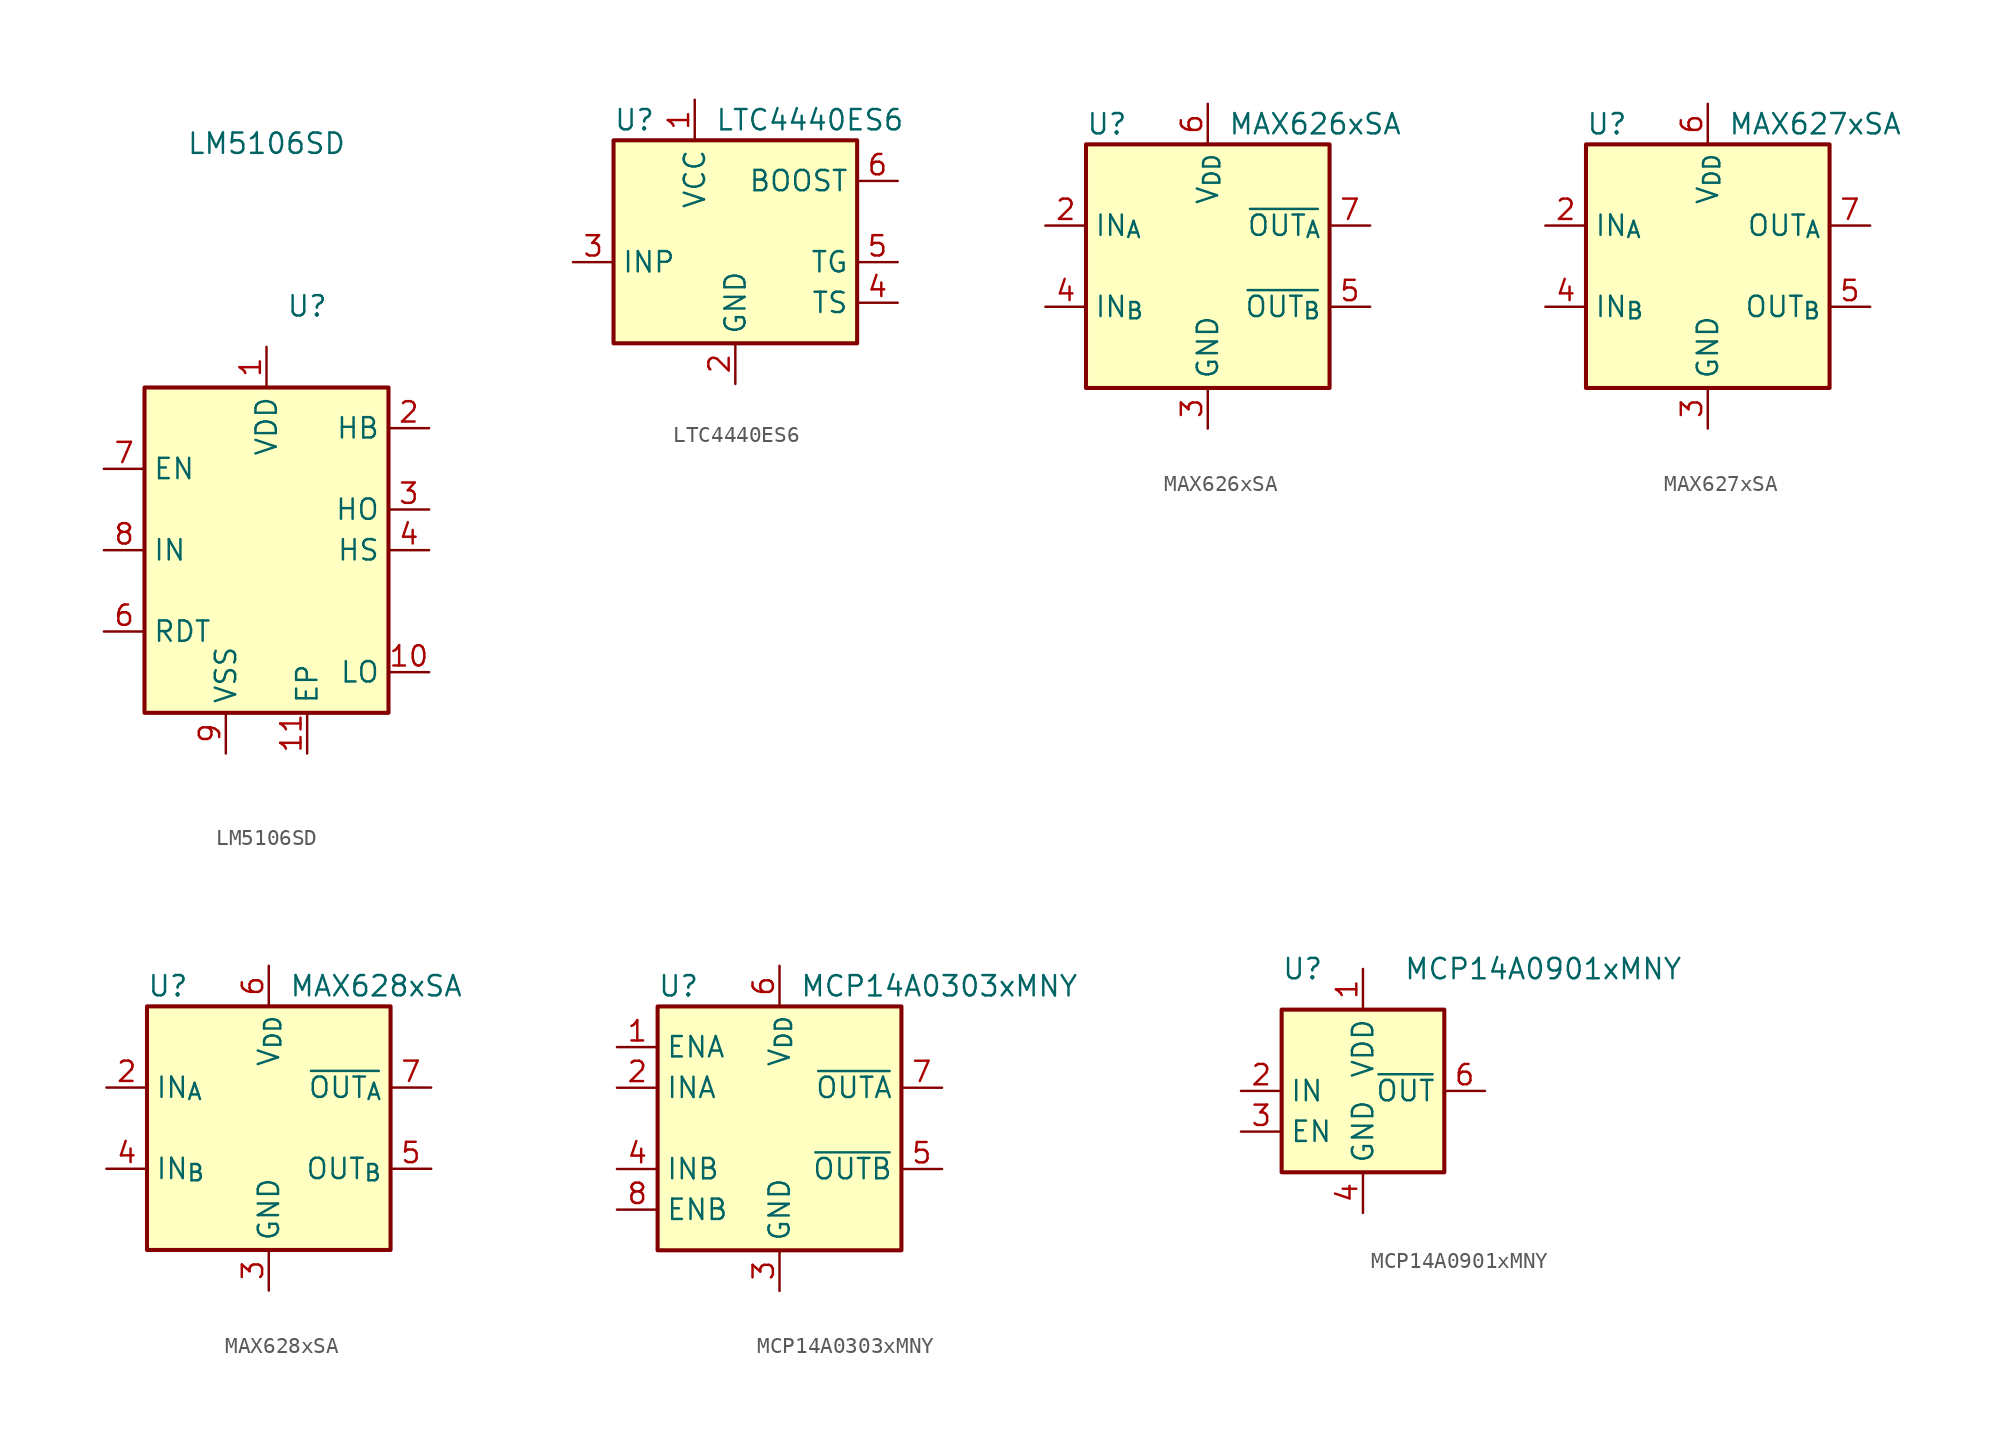
<source format=kicad_sym>
(kicad_symbol_lib
  (version 20241209)
  (generator "kicad_symbol_editor")
  (generator_version "9.0")
  (symbol "LM5106SD"
    (property "Reference" "U"
      (at 2.54 15.24 0)
      (effects (font (size 1.27 1.27))))
    (property "Value" "LM5106SD"
      (at 0 25.4 0)
      (effects (font (size 1.27 1.27))))
    (symbol "LM5106SD_0_1"
      (rectangle (start -7.62 10.16) (end 7.62 -10.16) (stroke (width 0.254) (type default)) (fill (type background))))
    (symbol "LM5106SD_1_1"
      (pin input line (at -10.16 5.08 0) (length 2.54) (name "EN" (effects (font (size 1.27 1.27)))) (number "7" (effects (font (size 1.27 1.27)))))
      (pin input line (at -10.16 0 0) (length 2.54) (name "IN" (effects (font (size 1.27 1.27)))) (number "8" (effects (font (size 1.27 1.27)))))
      (pin passive line (at -10.16 -5.08 0) (length 2.54) (name "RDT" (effects (font (size 1.27 1.27)))) (number "6" (effects (font (size 1.27 1.27)))))
      (pin no_connect line (at -7.62 -2.54 0) (length 2.54) (hide yes) (name "NC" (effects (font (size 1.27 1.27)))) (number "5" (effects (font (size 1.27 1.27)))))
      (pin power_in line (at -2.54 -12.7 90) (length 2.54) (name "VSS" (effects (font (size 1.27 1.27)))) (number "9" (effects (font (size 1.27 1.27)))))
      (pin power_in line (at 0 12.7 270) (length 2.54) (name "VDD" (effects (font (size 1.27 1.27)))) (number "1" (effects (font (size 1.27 1.27)))))
      (pin passive line (at 2.54 -12.7 90) (length 2.54) (name "EP" (effects (font (size 1.27 1.27)))) (number "11" (effects (font (size 1.27 1.27)))))
      (pin passive line (at 10.16 7.62 180) (length 2.54) (name "HB" (effects (font (size 1.27 1.27)))) (number "2" (effects (font (size 1.27 1.27)))))
      (pin output line (at 10.16 2.54 180) (length 2.54) (name "HO" (effects (font (size 1.27 1.27)))) (number "3" (effects (font (size 1.27 1.27)))))
      (pin passive line (at 10.16 0 180) (length 2.54) (name "HS" (effects (font (size 1.27 1.27)))) (number "4" (effects (font (size 1.27 1.27)))))
      (pin output line (at 10.16 -7.62 180) (length 2.54) (name "LO" (effects (font (size 1.27 1.27)))) (number "10" (effects (font (size 1.27 1.27)))))))
  (symbol "LTC4440ES6"
    (property "Reference" "U"
      (at -7.62 8.89 0)
      (effects (font (size 1.27 1.27)) (justify left)))
    (property "Value" "LTC4440ES6"
      (at -1.27 8.89 0)
      (effects (font (size 1.27 1.27)) (justify left)))
    (symbol "LTC4440ES6_0_1"
      (rectangle (start -7.62 7.62) (end 7.62 -5.08) (stroke (width 0.254) (type default)) (fill (type background))))
    (symbol "LTC4440ES6_1_1"
      (pin input line (at -10.16 0 0) (length 2.54) (name "INP" (effects (font (size 1.27 1.27)))) (number "3" (effects (font (size 1.27 1.27)))))
      (pin power_in line (at -2.54 10.16 270) (length 2.54) (name "VCC" (effects (font (size 1.27 1.27)))) (number "1" (effects (font (size 1.27 1.27)))))
      (pin power_in line (at 0 -7.62 90) (length 2.54) (name "GND" (effects (font (size 1.27 1.27)))) (number "2" (effects (font (size 1.27 1.27)))))
      (pin input line (at 10.16 5.08 180) (length 2.54) (name "BOOST" (effects (font (size 1.27 1.27)))) (number "6" (effects (font (size 1.27 1.27)))))
      (pin output line (at 10.16 0 180) (length 2.54) (name "TG" (effects (font (size 1.27 1.27)))) (number "5" (effects (font (size 1.27 1.27)))))
      (pin input line (at 10.16 -2.54 180) (length 2.54) (name "TS" (effects (font (size 1.27 1.27)))) (number "4" (effects (font (size 1.27 1.27)))))))
  (symbol "MAX626xSA"
    (property "Reference" "U"
      (at -7.62 8.89 0)
      (effects (font (size 1.27 1.27)) (justify left)))
    (property "Value" "MAX626xSA"
      (at 1.27 8.89 0)
      (effects (font (size 1.27 1.27)) (justify left)))
    (symbol "MAX626xSA_0_1"
      (rectangle (start -7.62 -7.62) (end 7.62 7.62) (stroke (width 0.254) (type default)) (fill (type background))))
    (symbol "MAX626xSA_1_1"
      (pin input line (at -10.16 2.54 0) (length 2.54) (name "IN_{A}" (effects (font (size 1.27 1.27)))) (number "2" (effects (font (size 1.27 1.27)))))
      (pin input line (at -10.16 -2.54 0) (length 2.54) (name "IN_{B}" (effects (font (size 1.27 1.27)))) (number "4" (effects (font (size 1.27 1.27)))))
      (pin no_connect line (at -7.62 0 0) (length 2.54) (hide yes) (name "NC" (effects (font (size 1.27 1.27)))) (number "1" (effects (font (size 1.27 1.27)))))
      (pin power_in line (at 0 10.16 270) (length 2.54) (name "V_{DD}" (effects (font (size 1.27 1.27)))) (number "6" (effects (font (size 1.27 1.27)))))
      (pin power_in line (at 0 -10.16 90) (length 2.54) (name "GND" (effects (font (size 1.27 1.27)))) (number "3" (effects (font (size 1.27 1.27)))))
      (pin no_connect line (at 7.62 0 180) (length 2.54) (hide yes) (name "NC" (effects (font (size 1.27 1.27)))) (number "8" (effects (font (size 1.27 1.27)))))
      (pin output line (at 10.16 2.54 180) (length 2.54) (name "~{OUT_{A}}" (effects (font (size 1.27 1.27)))) (number "7" (effects (font (size 1.27 1.27)))))
      (pin output line (at 10.16 -2.54 180) (length 2.54) (name "~{OUT_{B}}" (effects (font (size 1.27 1.27)))) (number "5" (effects (font (size 1.27 1.27)))))))
  (symbol "MAX627xSA"
    (property "Reference" "U"
      (at -7.62 8.89 0)
      (effects (font (size 1.27 1.27)) (justify left)))
    (property "Value" "MAX627xSA"
      (at 1.27 8.89 0)
      (effects (font (size 1.27 1.27)) (justify left)))
    (symbol "MAX627xSA_0_1"
      (rectangle (start -7.62 -7.62) (end 7.62 7.62) (stroke (width 0.254) (type default)) (fill (type background))))
    (symbol "MAX627xSA_1_1"
      (pin input line (at -10.16 2.54 0) (length 2.54) (name "IN_{A}" (effects (font (size 1.27 1.27)))) (number "2" (effects (font (size 1.27 1.27)))))
      (pin input line (at -10.16 -2.54 0) (length 2.54) (name "IN_{B}" (effects (font (size 1.27 1.27)))) (number "4" (effects (font (size 1.27 1.27)))))
      (pin no_connect line (at -7.62 0 0) (length 2.54) (hide yes) (name "NC" (effects (font (size 1.27 1.27)))) (number "1" (effects (font (size 1.27 1.27)))))
      (pin power_in line (at 0 10.16 270) (length 2.54) (name "V_{DD}" (effects (font (size 1.27 1.27)))) (number "6" (effects (font (size 1.27 1.27)))))
      (pin power_in line (at 0 -10.16 90) (length 2.54) (name "GND" (effects (font (size 1.27 1.27)))) (number "3" (effects (font (size 1.27 1.27)))))
      (pin no_connect line (at 7.62 0 180) (length 2.54) (hide yes) (name "NC" (effects (font (size 1.27 1.27)))) (number "8" (effects (font (size 1.27 1.27)))))
      (pin output line (at 10.16 2.54 180) (length 2.54) (name "OUT_{A}" (effects (font (size 1.27 1.27)))) (number "7" (effects (font (size 1.27 1.27)))))
      (pin output line (at 10.16 -2.54 180) (length 2.54) (name "OUT_{B}" (effects (font (size 1.27 1.27)))) (number "5" (effects (font (size 1.27 1.27)))))))
  (symbol "MAX628xSA"
    (property "Reference" "U"
      (at -7.62 8.89 0)
      (effects (font (size 1.27 1.27)) (justify left)))
    (property "Value" "MAX628xSA"
      (at 1.27 8.89 0)
      (effects (font (size 1.27 1.27)) (justify left)))
    (symbol "MAX628xSA_0_1"
      (rectangle (start -7.62 -7.62) (end 7.62 7.62) (stroke (width 0.254) (type default)) (fill (type background))))
    (symbol "MAX628xSA_1_1"
      (pin input line (at -10.16 2.54 0) (length 2.54) (name "IN_{A}" (effects (font (size 1.27 1.27)))) (number "2" (effects (font (size 1.27 1.27)))))
      (pin input line (at -10.16 -2.54 0) (length 2.54) (name "IN_{B}" (effects (font (size 1.27 1.27)))) (number "4" (effects (font (size 1.27 1.27)))))
      (pin no_connect line (at -7.62 0 0) (length 2.54) (hide yes) (name "NC" (effects (font (size 1.27 1.27)))) (number "1" (effects (font (size 1.27 1.27)))))
      (pin power_in line (at 0 10.16 270) (length 2.54) (name "V_{DD}" (effects (font (size 1.27 1.27)))) (number "6" (effects (font (size 1.27 1.27)))))
      (pin power_in line (at 0 -10.16 90) (length 2.54) (name "GND" (effects (font (size 1.27 1.27)))) (number "3" (effects (font (size 1.27 1.27)))))
      (pin no_connect line (at 7.62 0 180) (length 2.54) (hide yes) (name "NC" (effects (font (size 1.27 1.27)))) (number "8" (effects (font (size 1.27 1.27)))))
      (pin output line (at 10.16 2.54 180) (length 2.54) (name "~{OUT_{A}}" (effects (font (size 1.27 1.27)))) (number "7" (effects (font (size 1.27 1.27)))))
      (pin output line (at 10.16 -2.54 180) (length 2.54) (name "OUT_{B}" (effects (font (size 1.27 1.27)))) (number "5" (effects (font (size 1.27 1.27)))))))
  (symbol "MCP14A0303xMNY"
    (property "Reference" "U"
      (at -7.62 8.89 0)
      (effects (font (size 1.27 1.27)) (justify left)))
    (property "Value" "MCP14A0303xMNY"
      (at 1.27 8.89 0)
      (effects (font (size 1.27 1.27)) (justify left)))
    (symbol "MCP14A0303xMNY_0_1"
      (rectangle (start -7.62 -7.62) (end 7.62 7.62) (stroke (width 0.254) (type default)) (fill (type background))))
    (symbol "MCP14A0303xMNY_1_1"
      (pin input line (at -10.16 5.08 0) (length 2.54) (name "ENA" (effects (font (size 1.27 1.27)))) (number "1" (effects (font (size 1.27 1.27)))))
      (pin input line (at -10.16 2.54 0) (length 2.54) (name "INA" (effects (font (size 1.27 1.27)))) (number "2" (effects (font (size 1.27 1.27)))))
      (pin input line (at -10.16 -2.54 0) (length 2.54) (name "INB" (effects (font (size 1.27 1.27)))) (number "4" (effects (font (size 1.27 1.27)))))
      (pin input line (at -10.16 -5.08 0) (length 2.54) (name "ENB" (effects (font (size 1.27 1.27)))) (number "8" (effects (font (size 1.27 1.27)))))
      (pin power_in line (at 0 10.16 270) (length 2.54) (name "V_{DD}" (effects (font (size 1.27 1.27)))) (number "6" (effects (font (size 1.27 1.27)))))
      (pin power_in line (at 0 -10.16 90) (length 2.54) (name "GND" (effects (font (size 1.27 1.27)))) (number "3" (effects (font (size 1.27 1.27)))))
      (pin passive line (at 0 -10.16 90) (length 2.54) (hide yes) (name "GND" (effects (font (size 1.27 1.27)))) (number "9" (effects (font (size 1.27 1.27)))))
      (pin output line (at 10.16 2.54 180) (length 2.54) (name "~{OUTA}" (effects (font (size 1.27 1.27)))) (number "7" (effects (font (size 1.27 1.27)))))
      (pin output line (at 10.16 -2.54 180) (length 2.54) (name "~{OUTB}" (effects (font (size 1.27 1.27)))) (number "5" (effects (font (size 1.27 1.27)))))))
  (symbol "MCP14A0901xMNY"
    (property "Reference" "U"
      (at -5.08 7.62 0)
      (effects (font (size 1.27 1.27)) (justify left)))
    (property "Value" "MCP14A0901xMNY"
      (at 2.54 7.62 0)
      (effects (font (size 1.27 1.27)) (justify left)))
    (symbol "MCP14A0901xMNY_0_1"
      (rectangle (start -5.08 -5.08) (end 5.08 5.08) (stroke (width 0.254) (type default)) (fill (type background))))
    (symbol "MCP14A0901xMNY_1_1"
      (pin input line (at -7.62 0 0) (length 2.54) (name "IN" (effects (font (size 1.27 1.27)))) (number "2" (effects (font (size 1.27 1.27)))))
      (pin input line (at -7.62 -2.54 0) (length 2.54) (name "EN" (effects (font (size 1.27 1.27)))) (number "3" (effects (font (size 1.27 1.27)))))
      (pin power_in line (at 0 7.62 270) (length 2.54) (name "VDD" (effects (font (size 1.27 1.27)))) (number "1" (effects (font (size 1.27 1.27)))))
      (pin passive line (at 0 7.62 270) (length 2.54) (hide yes) (name "VDD" (effects (font (size 1.27 1.27)))) (number "8" (effects (font (size 1.27 1.27)))))
      (pin power_in line (at 0 -7.62 90) (length 2.54) (name "GND" (effects (font (size 1.27 1.27)))) (number "4" (effects (font (size 1.27 1.27)))))
      (pin passive line (at 0 -7.62 90) (length 2.54) (hide yes) (name "GND" (effects (font (size 1.27 1.27)))) (number "5" (effects (font (size 1.27 1.27)))))
      (pin passive line (at 0 -7.62 90) (length 2.54) (hide yes) (name "GND" (effects (font (size 1.27 1.27)))) (number "9" (effects (font (size 1.27 1.27)))))
      (pin output line (at 7.62 0 180) (length 2.54) (name "~{OUT}" (effects (font (size 1.27 1.27)))) (number "6" (effects (font (size 1.27 1.27)))))
      (pin passive line (at 7.62 0 180) (length 2.54) (hide yes) (name "~{OUT}" (effects (font (size 1.27 1.27)))) (number "7" (effects (font (size 1.27 1.27))))))))
</source>
